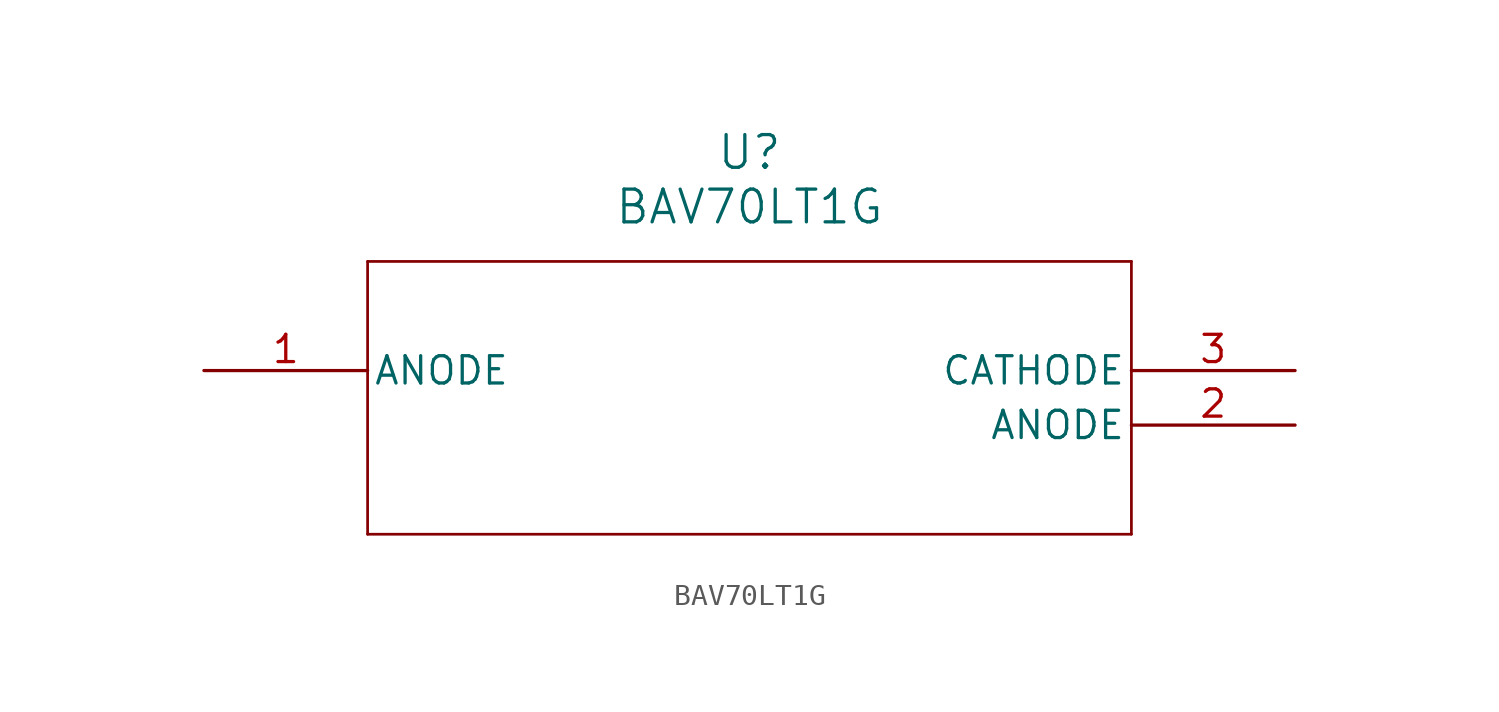
<source format=kicad_sym>
(kicad_symbol_lib
  (version 20211014)
  (generator kicad_symbol_editor)
  (symbol "BAV70LT1G"
    (pin_names
      (offset 0.254))
    (property "Reference" "U"
      (at 25.4 10.16 0)
      (effects (font (size 1.524 1.524))))
    (property "Value" "BAV70LT1G"
      (at 25.4 7.62 0)
      (effects (font (size 1.524 1.524))))
    (symbol "BAV70LT1G_0_1"
      (polyline (pts (xy 7.62 5.08) (xy 7.62 -7.62)) (stroke (width 0.127) (type default) (color 0 0 0 0)) (fill (type none)))
      (polyline (pts (xy 7.62 -7.62) (xy 43.18 -7.62)) (stroke (width 0.127) (type default) (color 0 0 0 0)) (fill (type none)))
      (polyline (pts (xy 43.18 -7.62) (xy 43.18 5.08)) (stroke (width 0.127) (type default) (color 0 0 0 0)) (fill (type none)))
      (polyline (pts (xy 43.18 5.08) (xy 7.62 5.08)) (stroke (width 0.127) (type default) (color 0 0 0 0)) (fill (type none)))
      (pin unspecified line (at 0 0 0) (length 7.62) (name "ANODE" (effects (font (size 1.27 1.27)))) (number "1" (effects (font (size 1.27 1.27)))))
      (pin unspecified line (at 50.8 -2.54 180) (length 7.62) (name "ANODE" (effects (font (size 1.27 1.27)))) (number "2" (effects (font (size 1.27 1.27)))))
      (pin unspecified line (at 50.8 0 180) (length 7.62) (name "CATHODE" (effects (font (size 1.27 1.27)))) (number "3" (effects (font (size 1.27 1.27))))))))
</source>
